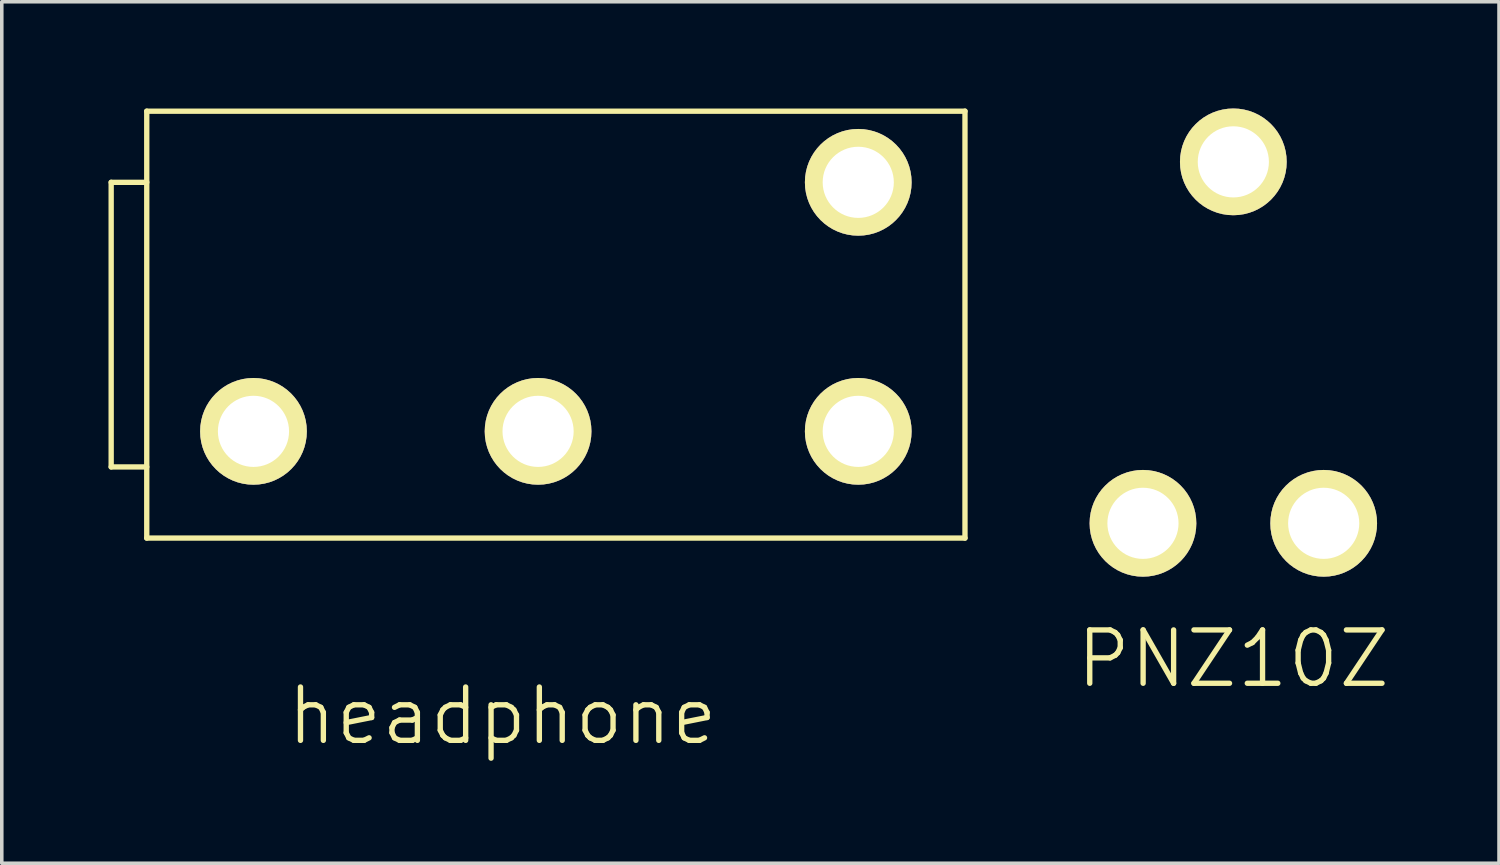
<source format=kicad_pcb>
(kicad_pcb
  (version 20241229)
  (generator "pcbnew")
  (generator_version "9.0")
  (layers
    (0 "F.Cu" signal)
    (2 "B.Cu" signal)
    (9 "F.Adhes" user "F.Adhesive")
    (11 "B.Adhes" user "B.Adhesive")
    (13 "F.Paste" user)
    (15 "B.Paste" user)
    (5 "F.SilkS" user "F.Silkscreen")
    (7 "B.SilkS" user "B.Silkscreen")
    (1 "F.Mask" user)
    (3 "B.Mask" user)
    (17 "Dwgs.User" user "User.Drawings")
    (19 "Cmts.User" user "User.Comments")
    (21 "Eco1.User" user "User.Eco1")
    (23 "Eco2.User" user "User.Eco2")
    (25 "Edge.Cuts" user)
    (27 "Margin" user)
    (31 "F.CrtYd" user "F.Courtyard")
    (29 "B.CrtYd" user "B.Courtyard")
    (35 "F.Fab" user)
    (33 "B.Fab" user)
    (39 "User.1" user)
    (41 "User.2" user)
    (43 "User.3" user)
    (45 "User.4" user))
  (footprint "headphone"
    (layer "F.Cu")
    (at 11.075 7.075)
    (property "Reference" "headphone" (at 0 10 0) (layer "F.SilkS") (effects (font (size 1.5 1.5) (thickness 0.15))))
    (attr through_hole)
    (fp_line (start -11 -5) (end -11 3) (stroke (width 0.15) (type solid)) (layer "F.SilkS"))
    (fp_line (start -11 3) (end -10 3) (stroke (width 0.15) (type solid)) (layer "F.SilkS"))
    (fp_line (start -10 -7) (end 13 -7) (stroke (width 0.15) (type solid)) (layer "F.SilkS"))
    (fp_line (start -10 -5) (end -11 -5) (stroke (width 0.15) (type solid)) (layer "F.SilkS"))
    (fp_line (start -10 5) (end -10 -7) (stroke (width 0.15) (type solid)) (layer "F.SilkS"))
    (fp_line (start 13 -7) (end 13 5) (stroke (width 0.15) (type solid)) (layer "F.SilkS"))
    (fp_line (start 13 5) (end -10 5) (stroke (width 0.15) (type solid)) (layer "F.SilkS"))
    (pad "1" thru_hole circle (at -7 2) (size 3 3) (drill 2) (layers "*.Cu" "*.Mask" "F.SilkS"))
    (pad "2" thru_hole circle (at 1 2) (size 3 3) (drill 2) (layers "*.Cu" "*.Mask" "F.SilkS"))
    (pad "3" thru_hole circle (at 10 2) (size 3 3) (drill 2) (layers "*.Cu" "*.Mask" "F.SilkS"))
    (pad "4" thru_hole circle (at 10 -5) (size 3 3) (drill 2) (layers "*.Cu" "*.Mask" "F.SilkS")))
  (footprint "PNZ10Z"
    (layer "F.Cu")
    (at 31.618 9.12)
    (property "Reference" "PNZ10Z" (at 0 6.35 0) (layer "F.SilkS") (effects (font (size 1.5 1.5) (thickness 0.15))))
    (attr through_hole)
    (pad "1" thru_hole circle (at -2.54 2.54) (size 3 3) (drill 2) (layers "*.Cu" "*.Mask" "F.SilkS"))
    (pad "2" thru_hole circle (at 0 -7.62) (size 3 3) (drill 2) (layers "*.Cu" "*.Mask" "F.SilkS"))
    (pad "3" thru_hole circle (at 2.54 2.54) (size 3 3) (drill 2) (layers "*.Cu" "*.Mask" "F.SilkS")))
  (gr_rect
    (start -3 -3)
    (end 39.086 21.216)
    (stroke (width 0.1) (type default))
    (fill no)
    (layer "Edge.Cuts")))
</source>
